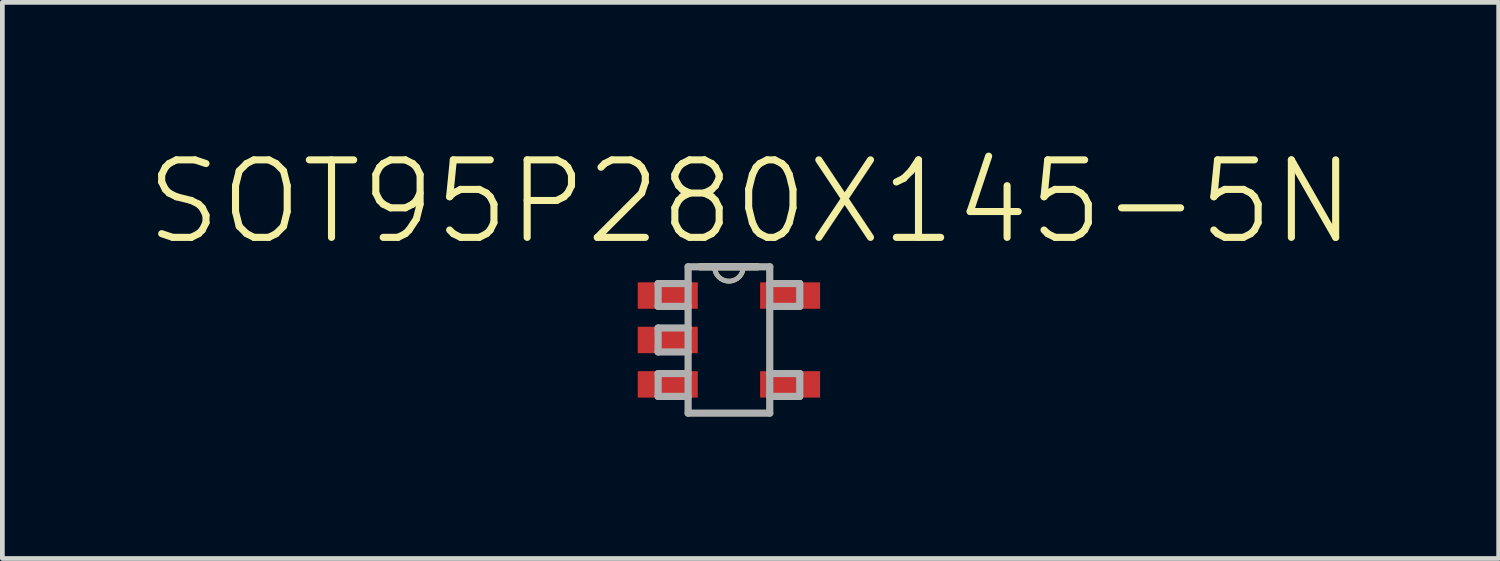
<source format=kicad_pcb>
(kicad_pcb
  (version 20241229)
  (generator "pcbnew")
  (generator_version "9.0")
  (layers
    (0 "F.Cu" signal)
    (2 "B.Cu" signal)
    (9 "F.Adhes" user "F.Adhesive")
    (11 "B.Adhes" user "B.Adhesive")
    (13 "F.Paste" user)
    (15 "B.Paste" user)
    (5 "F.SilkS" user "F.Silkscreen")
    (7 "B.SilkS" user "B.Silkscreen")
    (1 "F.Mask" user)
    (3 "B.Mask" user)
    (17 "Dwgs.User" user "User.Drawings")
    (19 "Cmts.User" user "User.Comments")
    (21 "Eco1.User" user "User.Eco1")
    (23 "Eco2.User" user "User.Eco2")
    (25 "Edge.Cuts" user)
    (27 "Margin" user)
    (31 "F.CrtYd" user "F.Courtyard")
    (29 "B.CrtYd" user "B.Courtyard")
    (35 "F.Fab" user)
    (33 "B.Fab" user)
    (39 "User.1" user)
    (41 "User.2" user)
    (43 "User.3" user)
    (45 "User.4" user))
  (footprint "SOT95P280X145-5N"
    (layer "F.Cu")
    (at 12.379 4.146)
    (property "Reference" "SOT95P280X145-5N" (at 0.457 -2.923 0) (layer "F.SilkS") (effects (font (size 1.641 1.641) (thickness 0.15))))
    (attr smd)
    (fp_line (start -0.305 -1.549) (end -0.61 -1.549) (stroke (width 0.152) (type solid)) (layer "F.SilkS"))
    (fp_line (start 0.305 -1.549) (end -0.305 -1.549) (stroke (width 0.152) (type solid)) (layer "F.SilkS"))
    (fp_line (start 0.61 -1.549) (end 0.305 -1.549) (stroke (width 0.152) (type solid)) (layer "F.SilkS"))
    (fp_arc (start 0.3048 -1.5494) (mid 0 -1.2446) (end -0.3048 -1.5494) (stroke (width 0.1) (type solid)) (layer "F.SilkS"))
    (fp_line (start -1.499 -1.194) (end -1.499 -0.711) (stroke (width 0.152) (type solid)) (layer "F.Fab"))
    (fp_line (start -1.499 -0.711) (end -0.864 -0.711) (stroke (width 0.152) (type solid)) (layer "F.Fab"))
    (fp_line (start -1.499 -0.254) (end -1.499 0.254) (stroke (width 0.152) (type solid)) (layer "F.Fab"))
    (fp_line (start -1.499 0.254) (end -0.864 0.254) (stroke (width 0.152) (type solid)) (layer "F.Fab"))
    (fp_line (start -1.499 0.711) (end -1.499 1.194) (stroke (width 0.152) (type solid)) (layer "F.Fab"))
    (fp_line (start -1.499 1.194) (end -0.864 1.194) (stroke (width 0.152) (type solid)) (layer "F.Fab"))
    (fp_line (start -0.864 -1.549) (end -0.864 -1.194) (stroke (width 0.152) (type solid)) (layer "F.Fab"))
    (fp_line (start -0.864 -1.194) (end -1.499 -1.194) (stroke (width 0.152) (type solid)) (layer "F.Fab"))
    (fp_line (start -0.864 -1.194) (end -0.864 -0.711) (stroke (width 0.152) (type solid)) (layer "F.Fab"))
    (fp_line (start -0.864 -0.711) (end -0.864 -0.254) (stroke (width 0.152) (type solid)) (layer "F.Fab"))
    (fp_line (start -0.864 -0.254) (end -1.499 -0.254) (stroke (width 0.152) (type solid)) (layer "F.Fab"))
    (fp_line (start -0.864 -0.254) (end -0.864 0.254) (stroke (width 0.152) (type solid)) (layer "F.Fab"))
    (fp_line (start -0.864 0.254) (end -0.864 0.711) (stroke (width 0.152) (type solid)) (layer "F.Fab"))
    (fp_line (start -0.864 0.711) (end -1.499 0.711) (stroke (width 0.152) (type solid)) (layer "F.Fab"))
    (fp_line (start -0.864 1.194) (end -0.864 0.711) (stroke (width 0.152) (type solid)) (layer "F.Fab"))
    (fp_line (start -0.864 1.549) (end -0.864 1.194) (stroke (width 0.152) (type solid)) (layer "F.Fab"))
    (fp_line (start -0.864 1.549) (end 0.864 1.549) (stroke (width 0.152) (type solid)) (layer "F.Fab"))
    (fp_line (start -0.305 -1.549) (end -0.864 -1.549) (stroke (width 0.152) (type solid)) (layer "F.Fab"))
    (fp_line (start 0.305 -1.549) (end -0.305 -1.549) (stroke (width 0.152) (type solid)) (layer "F.Fab"))
    (fp_line (start 0.864 -1.549) (end 0.305 -1.549) (stroke (width 0.152) (type solid)) (layer "F.Fab"))
    (fp_line (start 0.864 -1.549) (end 0.864 -1.194) (stroke (width 0.152) (type solid)) (layer "F.Fab"))
    (fp_line (start 0.864 -1.194) (end 0.864 -0.711) (stroke (width 0.152) (type solid)) (layer "F.Fab"))
    (fp_line (start 0.864 -0.711) (end 1.499 -0.711) (stroke (width 0.152) (type solid)) (layer "F.Fab"))
    (fp_line (start 0.864 0.711) (end 0.864 -0.711) (stroke (width 0.152) (type solid)) (layer "F.Fab"))
    (fp_line (start 0.864 1.194) (end 0.864 0.711) (stroke (width 0.152) (type solid)) (layer "F.Fab"))
    (fp_line (start 0.864 1.194) (end 1.499 1.194) (stroke (width 0.152) (type solid)) (layer "F.Fab"))
    (fp_line (start 0.864 1.549) (end 0.864 1.194) (stroke (width 0.152) (type solid)) (layer "F.Fab"))
    (fp_line (start 1.499 -1.194) (end 0.864 -1.194) (stroke (width 0.152) (type solid)) (layer "F.Fab"))
    (fp_line (start 1.499 -0.711) (end 1.499 -1.194) (stroke (width 0.152) (type solid)) (layer "F.Fab"))
    (fp_line (start 1.499 0.711) (end 0.864 0.711) (stroke (width 0.152) (type solid)) (layer "F.Fab"))
    (fp_line (start 1.499 1.194) (end 1.499 0.711) (stroke (width 0.152) (type solid)) (layer "F.Fab"))
    (fp_arc (start 0.3048 -1.5494) (mid 0 -1.2446) (end -0.3048 -1.5494) (stroke (width 0.1) (type solid)) (layer "F.Fab"))
    (pad "1" smd rect (at -1.295 -0.94) (size 1.27 0.559) (layers "F.Cu" "F.Mask" "F.Paste"))
    (pad "2" smd rect (at -1.295 0) (size 1.27 0.559) (layers "F.Cu" "F.Mask" "F.Paste"))
    (pad "3" smd rect (at -1.295 0.94) (size 1.27 0.559) (layers "F.Cu" "F.Mask" "F.Paste"))
    (pad "4" smd rect (at 1.295 0.94) (size 1.27 0.559) (layers "F.Cu" "F.Mask" "F.Paste"))
    (pad "5" smd rect (at 1.295 -0.94) (size 1.27 0.559) (layers "F.Cu" "F.Mask" "F.Paste")))
  (gr_rect
    (start -3 -3)
    (end 28.672 8.771)
    (stroke (width 0.1) (type default))
    (fill no)
    (layer "Edge.Cuts")))
</source>
